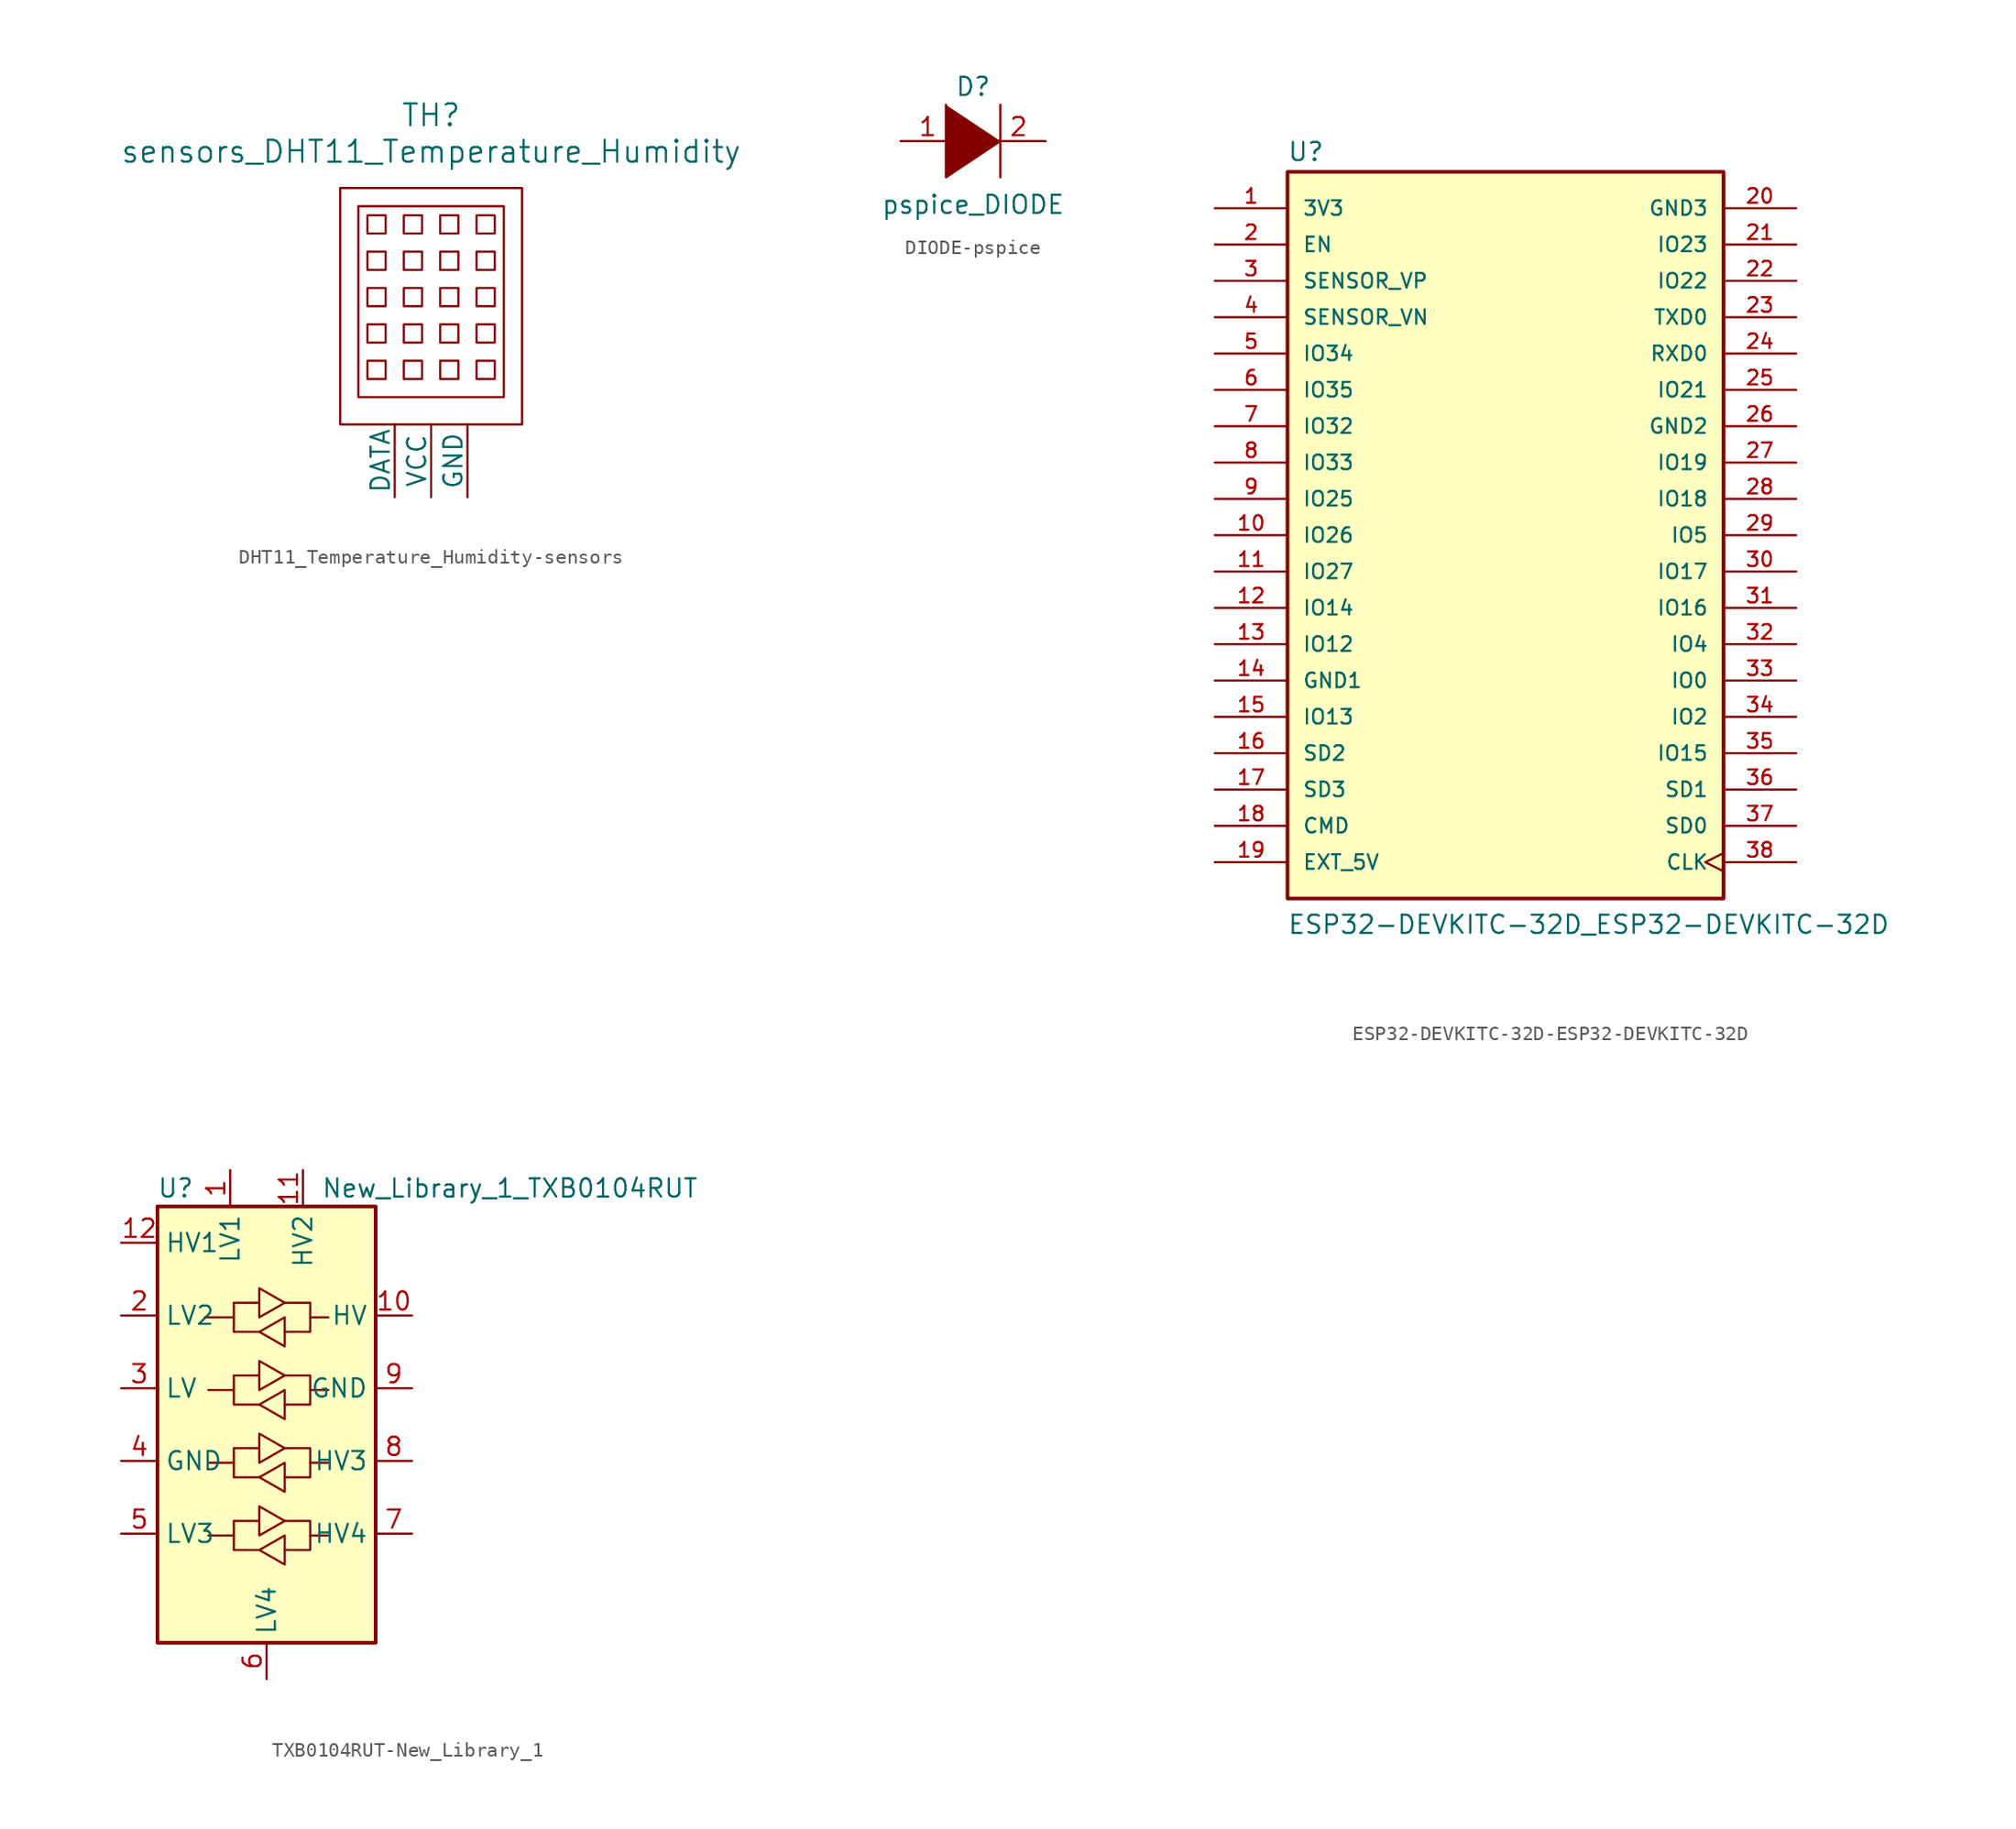
<source format=kicad_sym>
(kicad_symbol_lib
  (version 20231120)
  (generator "kicad_symbol_editor")
  (generator_version "8.0")
  (symbol "DHT11_Temperature_Humidity-sensors"
    (pin_numbers hide)
    (pin_names
      (offset 0))
    (property "Reference" "TH"
      (at 0 26.67 0)
      (effects (font (size 1.524 1.524))))
    (property "Value" "sensors_DHT11_Temperature_Humidity"
      (at 0 24.13 0)
      (effects (font (size 1.524 1.524))))
    (property "Footprint" ""
      (at 0 0 0)
      (effects (font (size 1.524 1.524))))
    (property "Datasheet" ""
      (at 0 0 0)
      (effects (font (size 1.524 1.524))))
    (symbol "DHT11_Temperature_Humidity-sensors_0_1"
      (rectangle (start -6.35 5.08) (end 6.35 21.59) (stroke (width 0) (type solid)) (fill (type none)))
      (rectangle (start -4.445 9.525) (end -3.175 8.255) (stroke (width 0) (type solid)) (fill (type none)))
      (rectangle (start -4.445 12.065) (end -3.175 10.795) (stroke (width 0) (type solid)) (fill (type none)))
      (rectangle (start -4.445 14.605) (end -3.175 13.335) (stroke (width 0) (type solid)) (fill (type none)))
      (rectangle (start -4.445 17.145) (end -3.175 15.875) (stroke (width 0) (type solid)) (fill (type none)))
      (rectangle (start -4.445 19.685) (end -3.175 18.415) (stroke (width 0) (type solid)) (fill (type none)))
      (rectangle (start -1.905 8.255) (end -0.635 9.525) (stroke (width 0) (type solid)) (fill (type none)))
      (rectangle (start -1.905 10.795) (end -0.635 12.065) (stroke (width 0) (type solid)) (fill (type none)))
      (rectangle (start -1.905 13.335) (end -0.635 14.605) (stroke (width 0) (type solid)) (fill (type none)))
      (rectangle (start -1.905 15.875) (end -0.635 17.145) (stroke (width 0) (type solid)) (fill (type none)))
      (rectangle (start -1.905 18.415) (end -0.635 19.685) (stroke (width 0) (type solid)) (fill (type none)))
      (rectangle (start 0.635 8.255) (end 1.905 9.525) (stroke (width 0) (type solid)) (fill (type none)))
      (rectangle (start 0.635 10.795) (end 1.905 12.065) (stroke (width 0) (type solid)) (fill (type none)))
      (rectangle (start 0.635 13.335) (end 1.905 14.605) (stroke (width 0) (type solid)) (fill (type none)))
      (rectangle (start 0.635 15.875) (end 1.905 17.145) (stroke (width 0) (type solid)) (fill (type none)))
      (rectangle (start 0.635 18.415) (end 1.905 19.685) (stroke (width 0) (type solid)) (fill (type none)))
      (rectangle (start 3.175 8.255) (end 4.445 9.525) (stroke (width 0) (type solid)) (fill (type none)))
      (rectangle (start 3.175 10.795) (end 4.445 12.065) (stroke (width 0) (type solid)) (fill (type none)))
      (rectangle (start 3.175 13.335) (end 4.445 14.605) (stroke (width 0) (type solid)) (fill (type none)))
      (rectangle (start 3.175 15.875) (end 4.445 17.145) (stroke (width 0) (type solid)) (fill (type none)))
      (rectangle (start 3.175 18.415) (end 4.445 19.685) (stroke (width 0) (type solid)) (fill (type none)))
      (rectangle (start 5.08 6.985) (end -5.08 20.32) (stroke (width 0) (type solid)) (fill (type none))))
    (symbol "DHT11_Temperature_Humidity-sensors_1_1"
      (pin input line (at -2.54 0 90) (length 5.08) (name "DATA" (effects (font (size 1.27 1.27)))) (number "1" (effects (font (size 1.27 1.27)))))
      (pin power_in line (at 0 0 90) (length 5.08) (name "VCC" (effects (font (size 1.27 1.27)))) (number "2" (effects (font (size 1.27 1.27)))))
      (pin power_in line (at 2.54 0 90) (length 5.08) (name "GND" (effects (font (size 1.27 1.27)))) (number "3" (effects (font (size 1.27 1.27)))))))
  (symbol "DIODE-pspice"
    (pin_names
      (offset 1.016) hide)
    (property "Reference" "D"
      (at 0 3.81 0)
      (effects (font (size 1.27 1.27))))
    (property "Value" "pspice_DIODE"
      (at 0 -4.445 0)
      (effects (font (size 1.27 1.27))))
    (symbol "DIODE-pspice_0_1"
      (polyline (pts (xy 1.905 2.54) (xy 1.905 -2.54)) (stroke (width 0) (type solid)) (fill (type none)))
      (polyline (pts (xy -1.905 2.54) (xy -1.905 -2.54) (xy 1.905 0)) (stroke (width 0) (type solid)) (fill (type outline))))
    (symbol "DIODE-pspice_1_1"
      (pin input line (at -5.08 0 0) (length 3.81) (name "K" (effects (font (size 1.27 1.27)))) (number "1" (effects (font (size 1.27 1.27)))))
      (pin input line (at 5.08 0 180) (length 3.81) (name "A" (effects (font (size 1.27 1.27)))) (number "2" (effects (font (size 1.27 1.27)))))))
  (symbol "ESP32-DEVKITC-32D-ESP32-DEVKITC-32D"
    (pin_names
      (offset 1.016))
    (property "Reference" "U"
      (at -15.265 26.06 0)
      (effects (font (size 1.27 1.27)) (justify left bottom)))
    (property "Value" "ESP32-DEVKITC-32D_ESP32-DEVKITC-32D"
      (at -15.265 -27.965 0)
      (effects (font (size 1.27 1.27)) (justify left bottom)))
    (property "ki_locked" ""
      (at 0 0 0)
      (effects (font (size 1.27 1.27))))
    (symbol "ESP32-DEVKITC-32D-ESP32-DEVKITC-32D_0_0"
      (rectangle (start -15.24 -25.4) (end 15.24 25.4) (stroke (width 0.254) (type solid)) (fill (type background)))
      (pin power_in line (at -20.32 22.86 0) (length 5.08) (name "3V3" (effects (font (size 1.016 1.016)))) (number "1" (effects (font (size 1.016 1.016)))))
      (pin bidirectional line (at -20.32 0 0) (length 5.08) (name "IO26" (effects (font (size 1.016 1.016)))) (number "10" (effects (font (size 1.016 1.016)))))
      (pin bidirectional line (at -20.32 -2.54 0) (length 5.08) (name "IO27" (effects (font (size 1.016 1.016)))) (number "11" (effects (font (size 1.016 1.016)))))
      (pin bidirectional line (at -20.32 -5.08 0) (length 5.08) (name "IO14" (effects (font (size 1.016 1.016)))) (number "12" (effects (font (size 1.016 1.016)))))
      (pin bidirectional line (at -20.32 -7.62 0) (length 5.08) (name "IO12" (effects (font (size 1.016 1.016)))) (number "13" (effects (font (size 1.016 1.016)))))
      (pin power_in line (at -20.32 -10.16 0) (length 5.08) (name "GND1" (effects (font (size 1.016 1.016)))) (number "14" (effects (font (size 1.016 1.016)))))
      (pin bidirectional line (at -20.32 -12.7 0) (length 5.08) (name "IO13" (effects (font (size 1.016 1.016)))) (number "15" (effects (font (size 1.016 1.016)))))
      (pin bidirectional line (at -20.32 -15.24 0) (length 5.08) (name "SD2" (effects (font (size 1.016 1.016)))) (number "16" (effects (font (size 1.016 1.016)))))
      (pin bidirectional line (at -20.32 -17.78 0) (length 5.08) (name "SD3" (effects (font (size 1.016 1.016)))) (number "17" (effects (font (size 1.016 1.016)))))
      (pin bidirectional line (at -20.32 -20.32 0) (length 5.08) (name "CMD" (effects (font (size 1.016 1.016)))) (number "18" (effects (font (size 1.016 1.016)))))
      (pin power_in line (at -20.32 -22.86 0) (length 5.08) (name "EXT_5V" (effects (font (size 1.016 1.016)))) (number "19" (effects (font (size 1.016 1.016)))))
      (pin input line (at -20.32 20.32 0) (length 5.08) (name "EN" (effects (font (size 1.016 1.016)))) (number "2" (effects (font (size 1.016 1.016)))))
      (pin power_in line (at 20.32 22.86 180) (length 5.08) (name "GND3" (effects (font (size 1.016 1.016)))) (number "20" (effects (font (size 1.016 1.016)))))
      (pin bidirectional line (at 20.32 20.32 180) (length 5.08) (name "IO23" (effects (font (size 1.016 1.016)))) (number "21" (effects (font (size 1.016 1.016)))))
      (pin bidirectional line (at 20.32 17.78 180) (length 5.08) (name "IO22" (effects (font (size 1.016 1.016)))) (number "22" (effects (font (size 1.016 1.016)))))
      (pin output line (at 20.32 15.24 180) (length 5.08) (name "TXD0" (effects (font (size 1.016 1.016)))) (number "23" (effects (font (size 1.016 1.016)))))
      (pin input line (at 20.32 12.7 180) (length 5.08) (name "RXD0" (effects (font (size 1.016 1.016)))) (number "24" (effects (font (size 1.016 1.016)))))
      (pin bidirectional line (at 20.32 10.16 180) (length 5.08) (name "IO21" (effects (font (size 1.016 1.016)))) (number "25" (effects (font (size 1.016 1.016)))))
      (pin power_in line (at 20.32 7.62 180) (length 5.08) (name "GND2" (effects (font (size 1.016 1.016)))) (number "26" (effects (font (size 1.016 1.016)))))
      (pin bidirectional line (at 20.32 5.08 180) (length 5.08) (name "IO19" (effects (font (size 1.016 1.016)))) (number "27" (effects (font (size 1.016 1.016)))))
      (pin bidirectional line (at 20.32 2.54 180) (length 5.08) (name "IO18" (effects (font (size 1.016 1.016)))) (number "28" (effects (font (size 1.016 1.016)))))
      (pin bidirectional line (at 20.32 0 180) (length 5.08) (name "IO5" (effects (font (size 1.016 1.016)))) (number "29" (effects (font (size 1.016 1.016)))))
      (pin input line (at -20.32 17.78 0) (length 5.08) (name "SENSOR_VP" (effects (font (size 1.016 1.016)))) (number "3" (effects (font (size 1.016 1.016)))))
      (pin bidirectional line (at 20.32 -2.54 180) (length 5.08) (name "IO17" (effects (font (size 1.016 1.016)))) (number "30" (effects (font (size 1.016 1.016)))))
      (pin bidirectional line (at 20.32 -5.08 180) (length 5.08) (name "IO16" (effects (font (size 1.016 1.016)))) (number "31" (effects (font (size 1.016 1.016)))))
      (pin bidirectional line (at 20.32 -7.62 180) (length 5.08) (name "IO4" (effects (font (size 1.016 1.016)))) (number "32" (effects (font (size 1.016 1.016)))))
      (pin bidirectional line (at 20.32 -10.16 180) (length 5.08) (name "IO0" (effects (font (size 1.016 1.016)))) (number "33" (effects (font (size 1.016 1.016)))))
      (pin bidirectional line (at 20.32 -12.7 180) (length 5.08) (name "IO2" (effects (font (size 1.016 1.016)))) (number "34" (effects (font (size 1.016 1.016)))))
      (pin bidirectional line (at 20.32 -15.24 180) (length 5.08) (name "IO15" (effects (font (size 1.016 1.016)))) (number "35" (effects (font (size 1.016 1.016)))))
      (pin bidirectional line (at 20.32 -17.78 180) (length 5.08) (name "SD1" (effects (font (size 1.016 1.016)))) (number "36" (effects (font (size 1.016 1.016)))))
      (pin bidirectional line (at 20.32 -20.32 180) (length 5.08) (name "SD0" (effects (font (size 1.016 1.016)))) (number "37" (effects (font (size 1.016 1.016)))))
      (pin input clock (at 20.32 -22.86 180) (length 5.08) (name "CLK" (effects (font (size 1.016 1.016)))) (number "38" (effects (font (size 1.016 1.016)))))
      (pin input line (at -20.32 15.24 0) (length 5.08) (name "SENSOR_VN" (effects (font (size 1.016 1.016)))) (number "4" (effects (font (size 1.016 1.016)))))
      (pin bidirectional line (at -20.32 12.7 0) (length 5.08) (name "IO34" (effects (font (size 1.016 1.016)))) (number "5" (effects (font (size 1.016 1.016)))))
      (pin bidirectional line (at -20.32 10.16 0) (length 5.08) (name "IO35" (effects (font (size 1.016 1.016)))) (number "6" (effects (font (size 1.016 1.016)))))
      (pin bidirectional line (at -20.32 7.62 0) (length 5.08) (name "IO32" (effects (font (size 1.016 1.016)))) (number "7" (effects (font (size 1.016 1.016)))))
      (pin bidirectional line (at -20.32 5.08 0) (length 5.08) (name "IO33" (effects (font (size 1.016 1.016)))) (number "8" (effects (font (size 1.016 1.016)))))
      (pin bidirectional line (at -20.32 2.54 0) (length 5.08) (name "IO25" (effects (font (size 1.016 1.016)))) (number "9" (effects (font (size 1.016 1.016)))))))
  (symbol "TXB0104RUT-New_Library_1"
    (property "Reference" "U"
      (at -6.35 16.51 0)
      (effects (font (size 1.27 1.27))))
    (property "Value" "New_Library_1_TXB0104RUT"
      (at 3.81 16.51 0)
      (effects (font (size 1.27 1.27)) (justify left)))
    (symbol "TXB0104RUT-New_Library_1_0_1"
      (rectangle (start -7.62 15.24) (end 7.62 -15.24) (stroke (width 0.254) (type solid)) (fill (type background)))
      (polyline (pts (xy -2.286 -7.747) (xy -2.286 -6.731) (xy -0.508 -6.731)) (stroke (width 0) (type solid)) (fill (type none)))
      (polyline (pts (xy -2.286 -2.667) (xy -2.286 -1.651) (xy -0.508 -1.651)) (stroke (width 0) (type solid)) (fill (type none)))
      (polyline (pts (xy -2.286 2.413) (xy -2.286 3.429) (xy -0.508 3.429)) (stroke (width 0) (type solid)) (fill (type none)))
      (polyline (pts (xy -2.286 7.493) (xy -2.286 8.509) (xy -0.508 8.509)) (stroke (width 0) (type solid)) (fill (type none)))
      (polyline (pts (xy 3.048 -7.747) (xy 3.048 -8.763) (xy 1.27 -8.763)) (stroke (width 0) (type solid)) (fill (type none)))
      (polyline (pts (xy 3.048 -2.667) (xy 3.048 -3.683) (xy 1.27 -3.683)) (stroke (width 0) (type solid)) (fill (type none)))
      (polyline (pts (xy 3.048 2.413) (xy 3.048 1.397) (xy 1.27 1.397)) (stroke (width 0) (type solid)) (fill (type none)))
      (polyline (pts (xy 3.048 7.493) (xy 3.048 6.477) (xy 1.27 6.477)) (stroke (width 0) (type solid)) (fill (type none)))
      (polyline (pts (xy -0.508 -8.763) (xy -2.286 -8.763) (xy -2.286 -7.747) (xy -4.064 -7.747)) (stroke (width 0) (type solid)) (fill (type none)))
      (polyline (pts (xy -0.508 -8.763) (xy 1.27 -7.747) (xy 1.27 -9.779) (xy -0.508 -8.763)) (stroke (width 0) (type solid)) (fill (type none)))
      (polyline (pts (xy -0.508 -3.683) (xy -2.286 -3.683) (xy -2.286 -2.667) (xy -4.064 -2.667)) (stroke (width 0) (type solid)) (fill (type none)))
      (polyline (pts (xy -0.508 -3.683) (xy 1.27 -2.667) (xy 1.27 -4.699) (xy -0.508 -3.683)) (stroke (width 0) (type solid)) (fill (type none)))
      (polyline (pts (xy -0.508 1.397) (xy -2.286 1.397) (xy -2.286 2.413) (xy -4.064 2.413)) (stroke (width 0) (type solid)) (fill (type none)))
      (polyline (pts (xy -0.508 1.397) (xy 1.27 2.413) (xy 1.27 0.381) (xy -0.508 1.397)) (stroke (width 0) (type solid)) (fill (type none)))
      (polyline (pts (xy -0.508 6.477) (xy -2.286 6.477) (xy -2.286 7.493) (xy -4.318 7.493)) (stroke (width 0) (type solid)) (fill (type none)))
      (polyline (pts (xy -0.508 6.477) (xy 1.27 7.493) (xy 1.27 5.461) (xy -0.508 6.477)) (stroke (width 0) (type solid)) (fill (type none)))
      (polyline (pts (xy 1.27 -6.731) (xy -0.508 -7.747) (xy -0.508 -5.715) (xy 1.27 -6.731)) (stroke (width 0) (type solid)) (fill (type none)))
      (polyline (pts (xy 1.27 -6.731) (xy 3.048 -6.731) (xy 3.048 -7.747) (xy 4.318 -7.747)) (stroke (width 0) (type solid)) (fill (type none)))
      (polyline (pts (xy 1.27 -1.651) (xy -0.508 -2.667) (xy -0.508 -0.635) (xy 1.27 -1.651)) (stroke (width 0) (type solid)) (fill (type none)))
      (polyline (pts (xy 1.27 -1.651) (xy 3.048 -1.651) (xy 3.048 -2.667) (xy 4.318 -2.667)) (stroke (width 0) (type solid)) (fill (type none)))
      (polyline (pts (xy 1.27 3.429) (xy -0.508 2.413) (xy -0.508 4.445) (xy 1.27 3.429)) (stroke (width 0) (type solid)) (fill (type none)))
      (polyline (pts (xy 1.27 3.429) (xy 3.048 3.429) (xy 3.048 2.413) (xy 4.318 2.413)) (stroke (width 0) (type solid)) (fill (type none)))
      (polyline (pts (xy 1.27 8.509) (xy -0.508 7.493) (xy -0.508 9.525) (xy 1.27 8.509)) (stroke (width 0) (type solid)) (fill (type none)))
      (polyline (pts (xy 1.27 8.509) (xy 3.048 8.509) (xy 3.048 7.493) (xy 4.318 7.493)) (stroke (width 0) (type solid)) (fill (type none))))
    (symbol "TXB0104RUT-New_Library_1_1_1"
      (pin bidirectional line (at -2.54 17.78 270) (length 2.54) (name "LV1" (effects (font (size 1.27 1.27)))) (number "1" (effects (font (size 1.27 1.27)))))
      (pin power_in line (at 10.16 7.62 180) (length 2.54) (name "HV" (effects (font (size 1.27 1.27)))) (number "10" (effects (font (size 1.27 1.27)))))
      (pin bidirectional line (at 2.54 17.78 270) (length 2.54) (name "HV2" (effects (font (size 1.27 1.27)))) (number "11" (effects (font (size 1.27 1.27)))))
      (pin bidirectional line (at -10.16 12.7 0) (length 2.54) (name "HV1" (effects (font (size 1.27 1.27)))) (number "12" (effects (font (size 1.27 1.27)))))
      (pin bidirectional line (at -10.16 7.62 0) (length 2.54) (name "LV2" (effects (font (size 1.27 1.27)))) (number "2" (effects (font (size 1.27 1.27)))))
      (pin power_in line (at -10.16 2.54 0) (length 2.54) (name "LV" (effects (font (size 1.27 1.27)))) (number "3" (effects (font (size 1.27 1.27)))))
      (pin power_in line (at -10.16 -2.54 0) (length 2.54) (name "GND" (effects (font (size 1.27 1.27)))) (number "4" (effects (font (size 1.27 1.27)))))
      (pin bidirectional line (at -10.16 -7.62 0) (length 2.54) (name "LV3" (effects (font (size 1.27 1.27)))) (number "5" (effects (font (size 1.27 1.27)))))
      (pin bidirectional line (at 0 -17.78 90) (length 2.54) (name "LV4" (effects (font (size 1.27 1.27)))) (number "6" (effects (font (size 1.27 1.27)))))
      (pin bidirectional line (at 10.16 -7.62 180) (length 2.54) (name "HV4" (effects (font (size 1.27 1.27)))) (number "7" (effects (font (size 1.27 1.27)))))
      (pin bidirectional line (at 10.16 -2.54 180) (length 2.54) (name "HV3" (effects (font (size 1.27 1.27)))) (number "8" (effects (font (size 1.27 1.27)))))
      (pin power_in line (at 10.16 2.54 180) (length 2.54) (name "GND" (effects (font (size 1.27 1.27)))) (number "9" (effects (font (size 1.27 1.27))))))))
</source>
